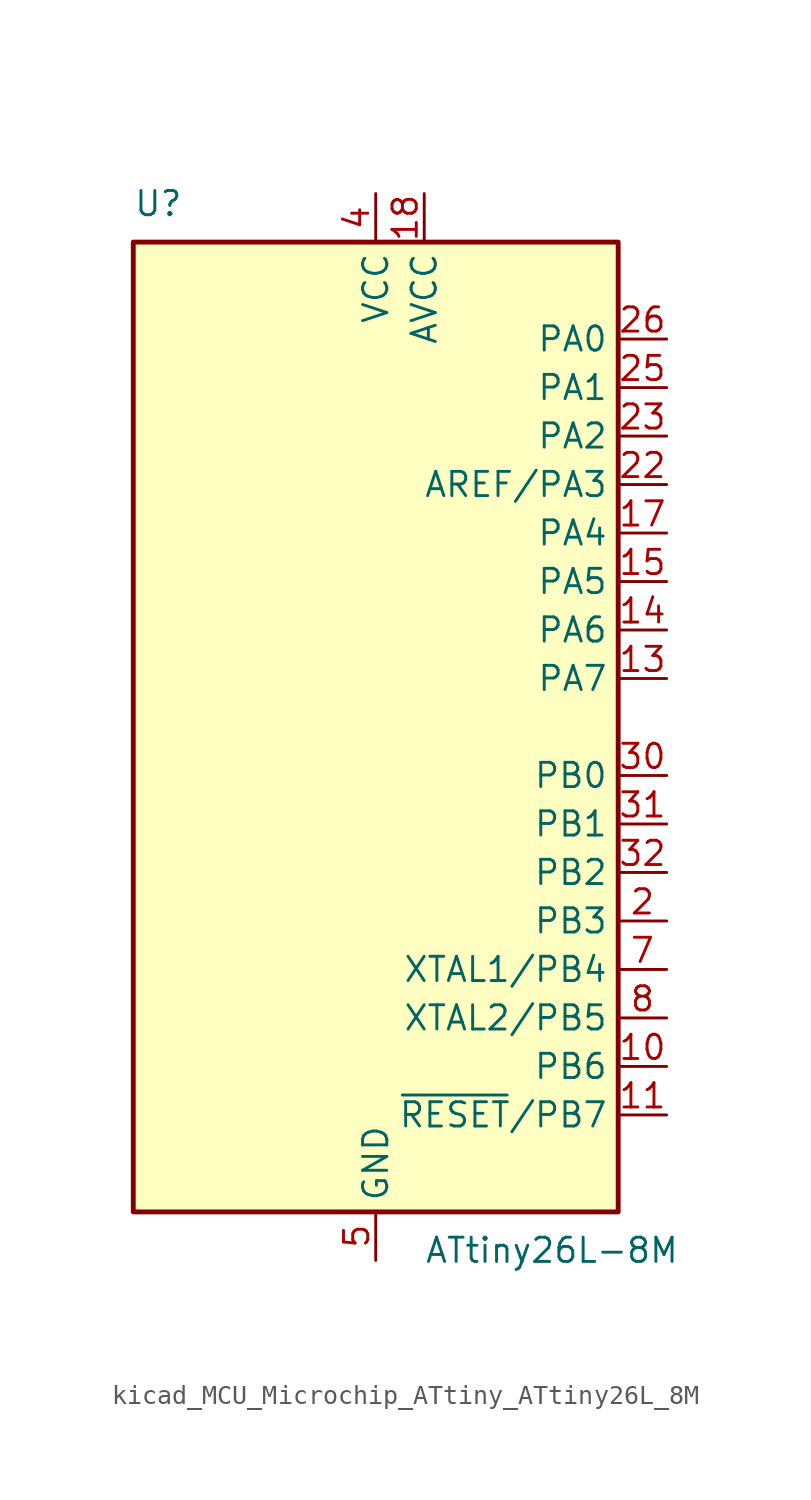
<source format=kicad_sym>
(kicad_symbol_lib
  (version 20220914)
  (generator kicad_symbol_editor)
  (symbol "kicad_MCU_Microchip_ATtiny_ATtiny26L_8M"
    (property "Reference" "U"
      (at -12.7 26.67 0)
      (effects (font (size 1.27 1.27)) (justify left bottom)))
    (property "Value" "ATtiny26L-8M"
      (at 2.54 -26.67 0)
      (effects (font (size 1.27 1.27)) (justify left top)))
    (symbol "kicad_MCU_Microchip_ATtiny_ATtiny26L_8M_0_1"
      (rectangle (start -12.7 -25.4) (end 12.7 25.4) (stroke (width 0.254) (type default)) (fill (type background))))
    (symbol "kicad_MCU_Microchip_ATtiny_ATtiny26L_8M_1_1"
      (pin no_connect line (at -12.7 5.08 0) (length 2.54) hide (name "NC" (effects (font (size 1.27 1.27)))) (number "1" (effects (font (size 1.27 1.27)))))
      (pin bidirectional line (at 15.24 -17.78 180) (length 2.54) (name "PB6" (effects (font (size 1.27 1.27)))) (number "10" (effects (font (size 1.27 1.27)))))
      (pin bidirectional line (at 15.24 -20.32 180) (length 2.54) (name "~{RESET}/PB7" (effects (font (size 1.27 1.27)))) (number "11" (effects (font (size 1.27 1.27)))))
      (pin no_connect line (at -12.7 -5.08 0) (length 2.54) hide (name "NC" (effects (font (size 1.27 1.27)))) (number "12" (effects (font (size 1.27 1.27)))))
      (pin bidirectional line (at 15.24 2.54 180) (length 2.54) (name "PA7" (effects (font (size 1.27 1.27)))) (number "13" (effects (font (size 1.27 1.27)))))
      (pin bidirectional line (at 15.24 5.08 180) (length 2.54) (name "PA6" (effects (font (size 1.27 1.27)))) (number "14" (effects (font (size 1.27 1.27)))))
      (pin bidirectional line (at 15.24 7.62 180) (length 2.54) (name "PA5" (effects (font (size 1.27 1.27)))) (number "15" (effects (font (size 1.27 1.27)))))
      (pin no_connect line (at -12.7 -7.62 0) (length 2.54) hide (name "NC" (effects (font (size 1.27 1.27)))) (number "16" (effects (font (size 1.27 1.27)))))
      (pin bidirectional line (at 15.24 10.16 180) (length 2.54) (name "PA4" (effects (font (size 1.27 1.27)))) (number "17" (effects (font (size 1.27 1.27)))))
      (pin power_in line (at 2.54 27.94 270) (length 2.54) (name "AVCC" (effects (font (size 1.27 1.27)))) (number "18" (effects (font (size 1.27 1.27)))))
      (pin no_connect line (at -12.7 -10.16 0) (length 2.54) hide (name "NC" (effects (font (size 1.27 1.27)))) (number "19" (effects (font (size 1.27 1.27)))))
      (pin bidirectional line (at 15.24 -10.16 180) (length 2.54) (name "PB3" (effects (font (size 1.27 1.27)))) (number "2" (effects (font (size 1.27 1.27)))))
      (pin no_connect line (at -12.7 -12.7 0) (length 2.54) hide (name "NC" (effects (font (size 1.27 1.27)))) (number "20" (effects (font (size 1.27 1.27)))))
      (pin passive line (at 0 -27.94 90) (length 2.54) hide (name "GND" (effects (font (size 1.27 1.27)))) (number "21" (effects (font (size 1.27 1.27)))))
      (pin bidirectional line (at 15.24 12.7 180) (length 2.54) (name "AREF/PA3" (effects (font (size 1.27 1.27)))) (number "22" (effects (font (size 1.27 1.27)))))
      (pin bidirectional line (at 15.24 15.24 180) (length 2.54) (name "PA2" (effects (font (size 1.27 1.27)))) (number "23" (effects (font (size 1.27 1.27)))))
      (pin no_connect line (at -12.7 -15.24 0) (length 2.54) hide (name "NC" (effects (font (size 1.27 1.27)))) (number "24" (effects (font (size 1.27 1.27)))))
      (pin bidirectional line (at 15.24 17.78 180) (length 2.54) (name "PA1" (effects (font (size 1.27 1.27)))) (number "25" (effects (font (size 1.27 1.27)))))
      (pin bidirectional line (at 15.24 20.32 180) (length 2.54) (name "PA0" (effects (font (size 1.27 1.27)))) (number "26" (effects (font (size 1.27 1.27)))))
      (pin no_connect line (at -12.7 -17.78 0) (length 2.54) hide (name "NC" (effects (font (size 1.27 1.27)))) (number "27" (effects (font (size 1.27 1.27)))))
      (pin no_connect line (at -12.7 -20.32 0) (length 2.54) hide (name "NC" (effects (font (size 1.27 1.27)))) (number "28" (effects (font (size 1.27 1.27)))))
      (pin no_connect line (at -12.7 -22.86 0) (length 2.54) hide (name "NC" (effects (font (size 1.27 1.27)))) (number "29" (effects (font (size 1.27 1.27)))))
      (pin no_connect line (at -12.7 2.54 0) (length 2.54) hide (name "NC" (effects (font (size 1.27 1.27)))) (number "3" (effects (font (size 1.27 1.27)))))
      (pin bidirectional line (at 15.24 -2.54 180) (length 2.54) (name "PB0" (effects (font (size 1.27 1.27)))) (number "30" (effects (font (size 1.27 1.27)))))
      (pin bidirectional line (at 15.24 -5.08 180) (length 2.54) (name "PB1" (effects (font (size 1.27 1.27)))) (number "31" (effects (font (size 1.27 1.27)))))
      (pin bidirectional line (at 15.24 -7.62 180) (length 2.54) (name "PB2" (effects (font (size 1.27 1.27)))) (number "32" (effects (font (size 1.27 1.27)))))
      (pin passive line (at 0 -27.94 90) (length 2.54) hide (name "GND" (effects (font (size 1.27 1.27)))) (number "33" (effects (font (size 1.27 1.27)))))
      (pin power_in line (at 0 27.94 270) (length 2.54) (name "VCC" (effects (font (size 1.27 1.27)))) (number "4" (effects (font (size 1.27 1.27)))))
      (pin power_in line (at 0 -27.94 90) (length 2.54) (name "GND" (effects (font (size 1.27 1.27)))) (number "5" (effects (font (size 1.27 1.27)))))
      (pin no_connect line (at -12.7 0 0) (length 2.54) hide (name "NC" (effects (font (size 1.27 1.27)))) (number "6" (effects (font (size 1.27 1.27)))))
      (pin bidirectional line (at 15.24 -12.7 180) (length 2.54) (name "XTAL1/PB4" (effects (font (size 1.27 1.27)))) (number "7" (effects (font (size 1.27 1.27)))))
      (pin bidirectional line (at 15.24 -15.24 180) (length 2.54) (name "XTAL2/PB5" (effects (font (size 1.27 1.27)))) (number "8" (effects (font (size 1.27 1.27)))))
      (pin no_connect line (at -12.7 -2.54 0) (length 2.54) hide (name "NC" (effects (font (size 1.27 1.27)))) (number "9" (effects (font (size 1.27 1.27))))))))
</source>
